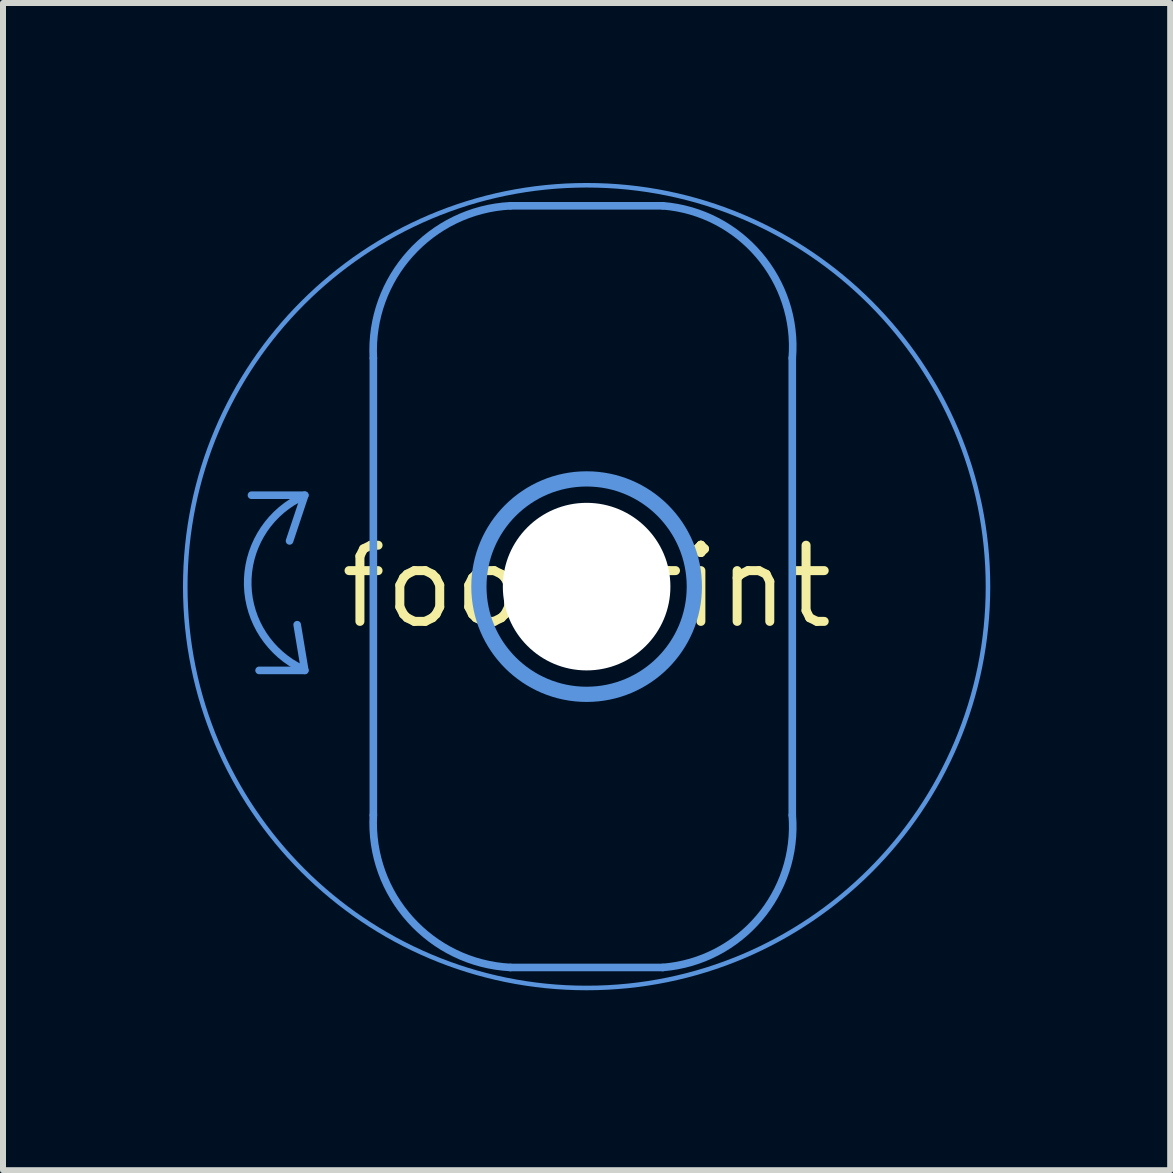
<source format=kicad_pcb>
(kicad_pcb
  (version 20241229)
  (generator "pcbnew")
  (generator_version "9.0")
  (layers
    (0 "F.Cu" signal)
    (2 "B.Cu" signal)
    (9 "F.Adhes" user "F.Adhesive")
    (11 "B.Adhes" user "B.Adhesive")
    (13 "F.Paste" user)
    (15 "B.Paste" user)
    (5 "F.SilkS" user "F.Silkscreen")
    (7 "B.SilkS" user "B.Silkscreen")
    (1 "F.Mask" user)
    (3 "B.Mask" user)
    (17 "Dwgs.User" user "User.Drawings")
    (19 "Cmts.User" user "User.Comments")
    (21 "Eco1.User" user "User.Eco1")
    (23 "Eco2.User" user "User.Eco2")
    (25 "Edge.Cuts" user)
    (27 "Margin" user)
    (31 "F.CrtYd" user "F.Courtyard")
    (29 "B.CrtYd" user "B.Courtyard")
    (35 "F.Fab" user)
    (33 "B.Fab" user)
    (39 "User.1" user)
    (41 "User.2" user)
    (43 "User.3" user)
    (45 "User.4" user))
  (footprint "footprint"
    (layer "F.Cu")
    (at 6.731 6.731)
    (property "Reference" "footprint" (at 0 0 0) (layer "F.SilkS") (effects (font (size 1.27 1.27) (thickness 0.15))))
    (fp_line (start -4.826 0.635) (end -4.699 1.397) (stroke (width 0.127) (type solid)) (layer "Cmts.User"))
    (fp_line (start -4.699 -1.524) (end -5.588 -1.524) (stroke (width 0.127) (type solid)) (layer "Cmts.User"))
    (fp_line (start -4.699 -1.524) (end -4.953 -0.762) (stroke (width 0.127) (type solid)) (layer "Cmts.User"))
    (fp_line (start -4.699 1.397) (end -5.461 1.397) (stroke (width 0.127) (type solid)) (layer "Cmts.User"))
    (fp_line (start -3.556 3.81) (end -3.556 -3.81) (stroke (width 0.127) (type solid)) (layer "Cmts.User"))
    (fp_line (start -1.27 -6.35) (end 1.27 -6.35) (stroke (width 0.127) (type solid)) (layer "Cmts.User"))
    (fp_line (start 1.27 6.35) (end -1.27 6.35) (stroke (width 0.127) (type solid)) (layer "Cmts.User"))
    (fp_line (start 3.429 -3.81) (end 3.429 3.81) (stroke (width 0.127) (type solid)) (layer "Cmts.User"))
    (fp_arc (start -4.7352 1.3739) (mid -5.650628 -0.021464) (end -4.8127 -1.464699) (stroke (width 0.127) (type solid)) (layer "Cmts.User"))
    (fp_arc (start -3.556 -3.81) (mid -2.939022 -5.55342) (end -1.27 -6.35) (stroke (width 0.127) (type solid)) (layer "Cmts.User"))
    (fp_arc (start -1.27 6.35) (mid -2.939022 5.55342) (end -3.556 3.81) (stroke (width 0.127) (type solid)) (layer "Cmts.User"))
    (fp_arc (start 1.27 -6.35) (mid 2.875551 -5.527143) (end 3.428999 -3.809999) (stroke (width 0.127) (type solid)) (layer "Cmts.User"))
    (fp_arc (start 3.429 3.81) (mid 2.875551 5.527144) (end 1.269999 6.350001) (stroke (width 0.127) (type solid)) (layer "Cmts.User"))
    (fp_circle (center 0 0) (end 1.796 0) (stroke (width 0.254) (type solid)) (fill no) (layer "Cmts.User"))
    (fp_circle (center 0 0) (end 6.692 0) (stroke (width 0.076) (type solid)) (fill no) (layer "Cmts.User"))
    (pad "" np_thru_hole circle (at 0 0) (size 2.794 2.794) (drill 2.794) (layers "*.Cu" "*.Mask")))
  (gr_rect
    (start -3 -3)
    (end 16.461 16.461)
    (stroke (width 0.1) (type default))
    (fill no)
    (layer "Edge.Cuts")))
</source>
